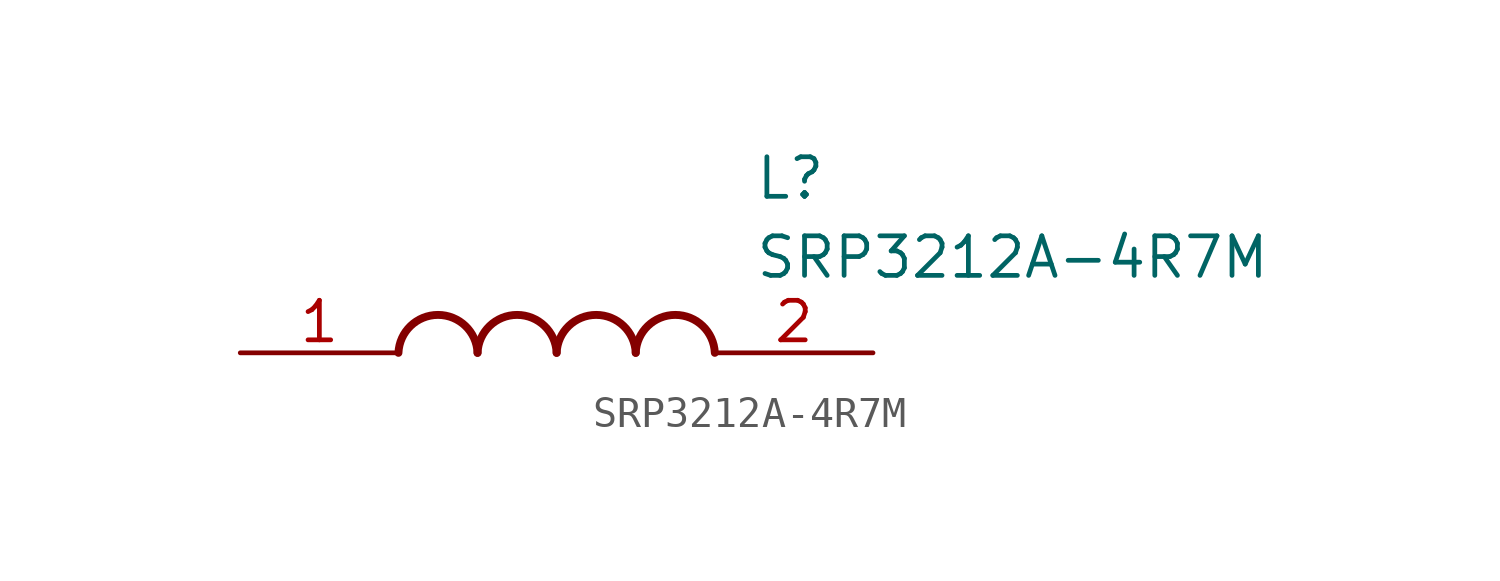
<source format=kicad_sym>
(kicad_symbol_lib
  (version 20211014)
  (generator SamacSys_ECAD_Model)
  (symbol "SRP3212A-4R7M"
    (pin_names hide)
    (property "Reference" "L"
      (at 16.51 6.35 0)
      (effects (font (size 1.27 1.27)) (justify left top)))
    (property "Value" "SRP3212A-4R7M"
      (at 16.51 3.81 0)
      (effects (font (size 1.27 1.27)) (justify left top)))
    (arc
      (start 7.62 0)
      (mid 6.35 1.219)
      (end 5.08 0)
      (stroke (width 0.254) (type default))
      (fill (type none)))
    (arc
      (start 10.16 0)
      (mid 8.89 1.219)
      (end 7.62 0)
      (stroke (width 0.254) (type default))
      (fill (type none)))
    (arc
      (start 12.7 0)
      (mid 11.43 1.219)
      (end 10.16 0)
      (stroke (width 0.254) (type default))
      (fill (type none)))
    (arc
      (start 15.24 0)
      (mid 13.97 1.219)
      (end 12.7 0)
      (stroke (width 0.254) (type default))
      (fill (type none)))
    (pin passive line
      (at 0 0 0)
      (length 5.08)
      (name "1" (effects (font (size 1.27 1.27))))
      (number "1" (effects (font (size 1.27 1.27)))))
    (pin passive line
      (at 20.32 0 180)
      (length 5.08)
      (name "2" (effects (font (size 1.27 1.27))))
      (number "2" (effects (font (size 1.27 1.27)))))))
</source>
